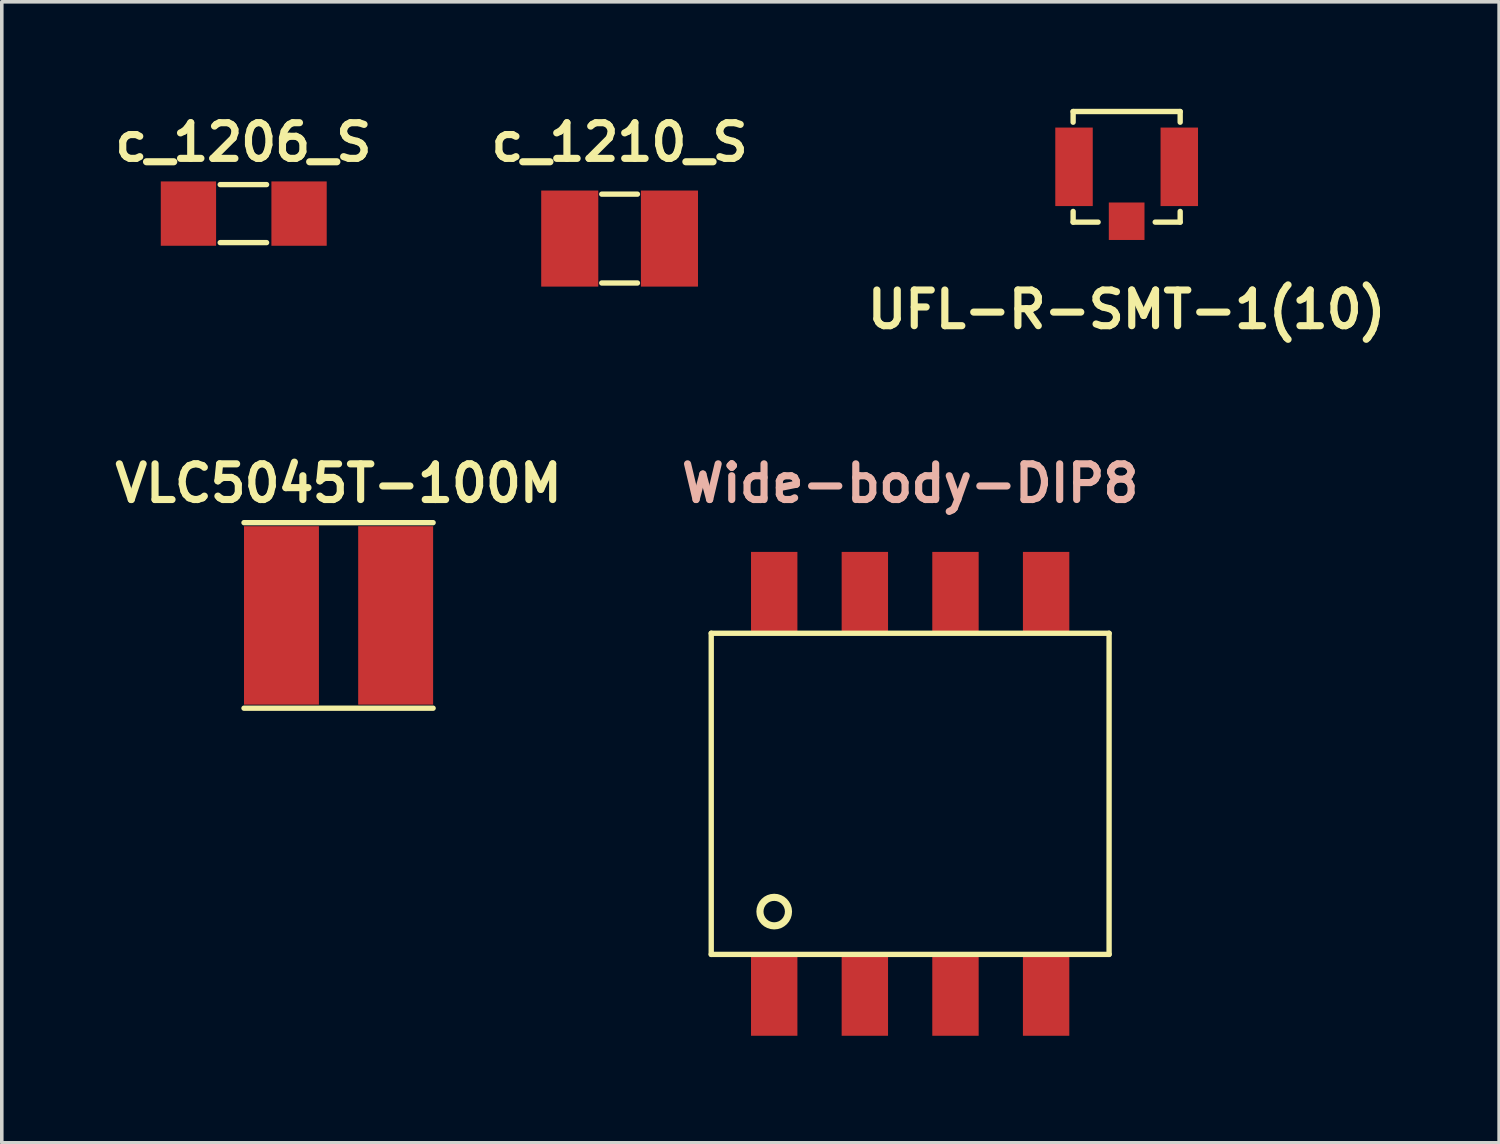
<source format=kicad_pcb>
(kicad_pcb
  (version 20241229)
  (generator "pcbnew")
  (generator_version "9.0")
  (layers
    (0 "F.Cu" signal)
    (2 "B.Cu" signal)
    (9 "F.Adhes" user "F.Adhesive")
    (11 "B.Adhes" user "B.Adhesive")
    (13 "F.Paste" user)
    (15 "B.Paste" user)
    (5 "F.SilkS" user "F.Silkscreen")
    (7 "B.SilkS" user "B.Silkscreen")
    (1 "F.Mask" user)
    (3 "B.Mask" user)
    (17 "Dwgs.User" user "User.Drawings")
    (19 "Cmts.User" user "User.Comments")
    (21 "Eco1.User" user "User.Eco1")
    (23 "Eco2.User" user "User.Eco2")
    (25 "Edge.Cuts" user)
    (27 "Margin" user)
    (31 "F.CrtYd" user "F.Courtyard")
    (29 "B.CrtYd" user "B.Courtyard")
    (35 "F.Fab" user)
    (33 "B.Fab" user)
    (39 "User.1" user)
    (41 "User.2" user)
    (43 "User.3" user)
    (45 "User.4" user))
  (footprint "UFL-R-SMT-1(10)"
    (layer "F.Cu")
    (at 28.524 1.625)
    (property "Reference" "UFL-R-SMT-1(10)" (at 0 4 0) (layer "F.SilkS") (effects (font (size 1 1) (thickness 0.2))))
    (attr through_hole)
    (fp_line (start -1.5 -1.55) (end -1.5 -1.25) (stroke (width 0.15) (type solid)) (layer "F.SilkS"))
    (fp_line (start -1.5 -1.55) (end 1.5 -1.55) (stroke (width 0.15) (type solid)) (layer "F.SilkS"))
    (fp_line (start -1.5 1.55) (end -1.5 1.25) (stroke (width 0.15) (type solid)) (layer "F.SilkS"))
    (fp_line (start -1.5 1.55) (end -0.8 1.55) (stroke (width 0.15) (type solid)) (layer "F.SilkS"))
    (fp_line (start 0.8 1.55) (end 1.5 1.55) (stroke (width 0.15) (type solid)) (layer "F.SilkS"))
    (fp_line (start 1.5 -1.55) (end 1.5 -1.25) (stroke (width 0.15) (type solid)) (layer "F.SilkS"))
    (fp_line (start 1.5 1.55) (end 1.5 1.25) (stroke (width 0.15) (type solid)) (layer "F.SilkS"))
    (pad "1" smd rect (at 0 1.525) (size 1 1.05) (layers "F.Cu" "F.Mask" "F.Paste"))
    (pad "2" smd rect (at -1.475 0) (size 1.05 2.2) (layers "F.Cu" "F.Mask" "F.Paste"))
    (pad "3" smd rect (at 1.475 0) (size 1.05 2.2) (layers "F.Cu" "F.Mask" "F.Paste")))
  (footprint "Wide-body-DIP8"
    (layer "F.Cu")
    (at 22.457 19.197)
    (property "Reference" "Wide-body-DIP8" (at 0 -8.7 0) (layer "B.SilkS") (effects (font (size 1 1) (thickness 0.2))))
    (attr smd)
    (fp_line (start -5.575 -4.5) (end 5.575 -4.5) (stroke (width 0.15) (type solid)) (layer "F.SilkS"))
    (fp_line (start -5.575 4.5) (end -5.575 -4.5) (stroke (width 0.15) (type solid)) (layer "F.SilkS"))
    (fp_line (start 5.575 -4.5) (end 5.575 4.5) (stroke (width 0.15) (type solid)) (layer "F.SilkS"))
    (fp_line (start 5.575 4.5) (end -5.575 4.5) (stroke (width 0.15) (type solid)) (layer "F.SilkS"))
    (fp_circle (center -3.81 3.3) (end -3.81 2.9) (stroke (width 0.2) (type solid)) (fill no) (layer "F.SilkS"))
    (pad "1" smd rect (at -3.81 5.635) (size 1.3 2.29) (layers "F.Cu" "F.Mask" "F.Paste"))
    (pad "2" smd rect (at -1.27 5.635) (size 1.3 2.29) (layers "F.Cu" "F.Mask" "F.Paste"))
    (pad "3" smd rect (at 1.27 5.635) (size 1.3 2.29) (layers "F.Cu" "F.Mask" "F.Paste"))
    (pad "4" smd rect (at 3.81 5.635) (size 1.3 2.29) (layers "F.Cu" "F.Mask" "F.Paste"))
    (pad "5" smd rect (at 3.81 -5.635) (size 1.3 2.29) (layers "F.Cu" "F.Mask" "F.Paste"))
    (pad "6" smd rect (at 1.27 -5.635) (size 1.3 2.29) (layers "F.Cu" "F.Mask" "F.Paste"))
    (pad "7" smd rect (at -1.27 -5.635) (size 1.3 2.29) (layers "F.Cu" "F.Mask" "F.Paste"))
    (pad "8" smd rect (at -3.81 -5.635) (size 1.3 2.29) (layers "F.Cu" "F.Mask" "F.Paste")))
  (footprint "VLC5045T-100M"
    (layer "F.Cu")
    (at 6.438 14.197)
    (property "Reference" "VLC5045T-100M" (at 0 -3.7 0) (layer "F.SilkS") (effects (font (size 1 1) (thickness 0.2))))
    (attr through_hole)
    (fp_line (start -2.65 -2.6) (end 2.65 -2.6) (stroke (width 0.15) (type solid)) (layer "F.SilkS"))
    (fp_line (start -2.65 2.6) (end 2.65 2.6) (stroke (width 0.15) (type solid)) (layer "F.SilkS"))
    (pad "1" smd rect (at -1.6 0) (size 2.1 5) (layers "F.Cu" "F.Mask" "F.Paste"))
    (pad "2" smd rect (at 1.6 0) (size 2.1 5) (layers "F.Cu" "F.Mask" "F.Paste")))
  (footprint "c_1210_S"
    (layer "F.Cu")
    (at 14.314 3.636)
    (property "Reference" "c_1210_S" (at 0 -2.7 0) (layer "F.SilkS") (effects (font (size 1 1) (thickness 0.2))))
    (attr through_hole)
    (fp_line (start -0.5 1.245) (end 0.5 1.245) (stroke (width 0.15) (type solid)) (layer "F.SilkS"))
    (fp_line (start 0.5 -1.245) (end -0.5 -1.245) (stroke (width 0.15) (type solid)) (layer "F.SilkS"))
    (pad "1" smd rect (at -1.397 0) (size 1.6 2.692) (layers "F.Cu" "F.Mask" "F.Paste"))
    (pad "2" smd rect (at 1.397 0) (size 1.6 2.692) (layers "F.Cu" "F.Mask" "F.Paste")))
  (footprint "c_1206_S"
    (layer "F.Cu")
    (at 3.771 2.936)
    (property "Reference" "c_1206_S" (at 0 -2 0) (layer "F.SilkS") (effects (font (size 1 1) (thickness 0.2))))
    (attr through_hole)
    (fp_line (start -0.65 0.813) (end 0.65 0.813) (stroke (width 0.15) (type solid)) (layer "F.SilkS"))
    (fp_line (start 0.65 -0.813) (end -0.65 -0.813) (stroke (width 0.15) (type solid)) (layer "F.SilkS"))
    (pad "1" smd rect (at -1.54 0) (size 1.55 1.803) (layers "F.Cu" "F.Mask" "F.Paste"))
    (pad "2" smd rect (at 1.56 0) (size 1.55 1.803) (layers "F.Cu" "F.Mask" "F.Paste")))
  (gr_rect
    (start -3 -3)
    (end 38.962 28.977)
    (stroke (width 0.1) (type default))
    (fill no)
    (layer "Edge.Cuts")))
</source>
